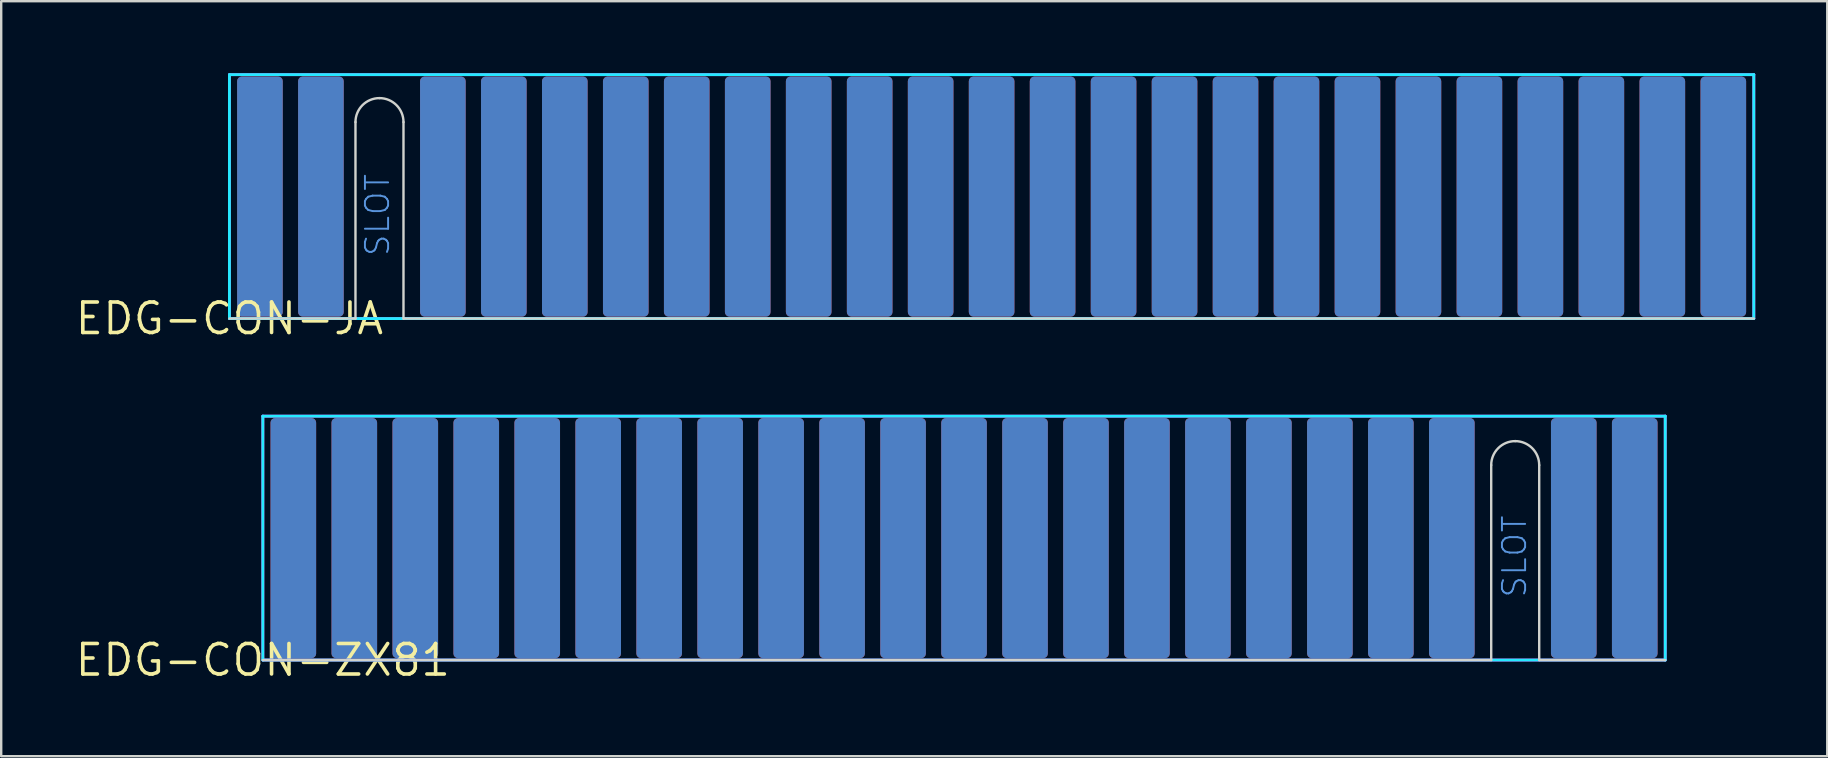
<source format=kicad_pcb>
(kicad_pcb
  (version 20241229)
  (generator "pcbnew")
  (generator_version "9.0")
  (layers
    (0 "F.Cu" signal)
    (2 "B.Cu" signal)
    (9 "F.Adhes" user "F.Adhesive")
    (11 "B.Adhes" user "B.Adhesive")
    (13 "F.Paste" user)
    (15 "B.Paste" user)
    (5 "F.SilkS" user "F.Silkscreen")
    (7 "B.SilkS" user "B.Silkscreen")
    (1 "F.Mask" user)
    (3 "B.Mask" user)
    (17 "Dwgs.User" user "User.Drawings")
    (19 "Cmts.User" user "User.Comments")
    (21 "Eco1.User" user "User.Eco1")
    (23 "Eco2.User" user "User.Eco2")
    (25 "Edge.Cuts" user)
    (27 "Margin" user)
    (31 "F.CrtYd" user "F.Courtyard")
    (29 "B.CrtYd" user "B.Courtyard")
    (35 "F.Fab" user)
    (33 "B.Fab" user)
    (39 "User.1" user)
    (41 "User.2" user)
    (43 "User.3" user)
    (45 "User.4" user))
  (footprint "EDG-CON-JA"
    (layer "F.Cu")
    (at 6.508 10.22)
    (property "Reference" "EDG-CON-JA" (at 0 0 0) (layer "F.SilkS") (effects (font (size 1.27 1.27) (thickness 0.15))))
    (attr through_hole)
    (fp_line (start 5.25 -8.183) (end 5.25 0) (stroke (width 0.1) (type solid)) (layer "Edge.Cuts"))
    (fp_line (start 5.25 0) (end 0 0) (stroke (width 0.1) (type solid)) (layer "Edge.Cuts"))
    (fp_line (start 7.25 0) (end 7.25 -8.183) (stroke (width 0.1) (type solid)) (layer "Edge.Cuts"))
    (fp_line (start 63.5 0) (end 7.25 0) (stroke (width 0.1) (type solid)) (layer "Edge.Cuts"))
    (fp_arc (start 5.25 -8.182893) (mid 5.542891 -8.890005) (end 6.25 -9.182893) (stroke (width 0.1) (type solid)) (layer "Edge.Cuts"))
    (fp_arc (start 6.25 -9.182893) (mid 6.957107 -8.890001) (end 7.25 -8.182893) (stroke (width 0.1) (type solid)) (layer "Edge.Cuts"))
    (fp_line (start 0 -10.16) (end 63.5 -10.16) (stroke (width 0.12) (type solid)) (layer "B.CrtYd"))
    (fp_line (start 0 0) (end 0 -10.16) (stroke (width 0.12) (type solid)) (layer "B.CrtYd"))
    (fp_line (start 63.5 -10.16) (end 63.5 0) (stroke (width 0.12) (type solid)) (layer "B.CrtYd"))
    (fp_line (start 63.5 0) (end 0 0) (stroke (width 0.12) (type solid)) (layer "B.CrtYd"))
    (fp_line (start 0 -10.16) (end 63.5 -10.16) (stroke (width 0.12) (type solid)) (layer "F.CrtYd"))
    (fp_line (start 0 -0.000001) (end 0 -10.16) (stroke (width 0.12) (type solid)) (layer "F.CrtYd"))
    (fp_line (start 63.5 -10.16) (end 63.5 0) (stroke (width 0.12) (type solid)) (layer "F.CrtYd"))
    (fp_line (start 63.5 0) (end 0 -0.000001) (stroke (width 0.12) (type solid)) (layer "F.CrtYd"))
    (fp_text user "SLOT" (at 6.731 -2.54 90) (unlocked yes) (layer "Cmts.User") (effects (font (size 0.965 0.965) (thickness 0.081)) (justify left bottom)))
    (pad "+5V" smd roundrect (at 54.61 -5.08) (size 1.9 10) (layers "F.Cu" "F.Mask" "F.Paste") (roundrect_rratio 0.1))
    (pad "+9V" smd roundrect (at 57.15 -5.08) (size 1.9 10) (layers "F.Cu" "F.Mask" "F.Paste") (roundrect_rratio 0.1))
    (pad "A0" smd roundrect (at 16.51 -5.08) (size 1.9 10) (layers "F.Cu" "F.Mask" "F.Paste") (roundrect_rratio 0.1))
    (pad "A1" smd roundrect (at 16.51 -5.08) (size 1.9 10) (layers "B.Cu" "B.Mask" "B.Paste") (roundrect_rratio 0.1))
    (pad "A2" smd roundrect (at 29.21 -5.08) (size 1.9 10) (layers "F.Cu" "F.Mask" "F.Paste") (roundrect_rratio 0.1))
    (pad "A3" smd roundrect (at 19.05 -5.08) (size 1.9 10) (layers "B.Cu" "B.Mask" "B.Paste") (roundrect_rratio 0.1))
    (pad "A4" smd roundrect (at 21.59 -5.08) (size 1.9 10) (layers "B.Cu" "B.Mask" "B.Paste") (roundrect_rratio 0.1))
    (pad "A5" smd roundrect (at 24.13 -5.08) (size 1.9 10) (layers "B.Cu" "B.Mask" "B.Paste") (roundrect_rratio 0.1))
    (pad "A6" smd roundrect (at 26.67 -5.08) (size 1.9 10) (layers "B.Cu" "B.Mask" "B.Paste") (roundrect_rratio 0.1))
    (pad "A7" smd roundrect (at 19.05 -5.08) (size 1.9 10) (layers "F.Cu" "F.Mask" "F.Paste") (roundrect_rratio 0.1))
    (pad "A8" smd roundrect (at 21.59 -5.08) (size 1.9 10) (layers "F.Cu" "F.Mask" "F.Paste") (roundrect_rratio 0.1))
    (pad "A9" smd roundrect (at 24.13 -5.08) (size 1.9 10) (layers "F.Cu" "F.Mask" "F.Paste") (roundrect_rratio 0.1))
    (pad "A10" smd roundrect (at 26.67 -5.08) (size 1.9 10) (layers "F.Cu" "F.Mask" "F.Paste") (roundrect_rratio 0.1))
    (pad "A11" smd roundrect (at 49.53 -5.08) (size 1.9 10) (layers "F.Cu" "F.Mask" "F.Paste") (roundrect_rratio 0.1))
    (pad "A12" smd roundrect (at 46.99 -5.08) (size 1.9 10) (layers "F.Cu" "F.Mask" "F.Paste") (roundrect_rratio 0.1))
    (pad "A13" smd roundrect (at 44.45 -5.08) (size 1.9 10) (layers "F.Cu" "F.Mask" "F.Paste") (roundrect_rratio 0.1))
    (pad "A14" smd roundrect (at 41.91 -5.08) (size 1.9 10) (layers "F.Cu" "F.Mask" "F.Paste") (roundrect_rratio 0.1))
    (pad "A15" smd roundrect (at 39.37 -5.08) (size 1.9 10) (layers "F.Cu" "F.Mask" "F.Paste") (roundrect_rratio 0.1))
    (pad "D0" smd roundrect (at 13.97 -5.08) (size 1.9 10) (layers "B.Cu" "B.Mask" "B.Paste") (roundrect_rratio 0.1))
    (pad "D1" smd roundrect (at 13.97 -5.08) (size 1.9 10) (layers "F.Cu" "F.Mask" "F.Paste") (roundrect_rratio 0.1))
    (pad "D2" smd roundrect (at 11.43 -5.08) (size 1.9 10) (layers "B.Cu" "B.Mask" "B.Paste") (roundrect_rratio 0.1))
    (pad "D3" smd roundrect (at 34.29 -5.08) (size 1.9 10) (layers "F.Cu" "F.Mask" "F.Paste") (roundrect_rratio 0.1))
    (pad "D4" smd roundrect (at 36.83 -5.08) (size 1.9 10) (layers "F.Cu" "F.Mask" "F.Paste") (roundrect_rratio 0.1))
    (pad "D5" smd roundrect (at 31.75 -5.08) (size 1.9 10) (layers "F.Cu" "F.Mask" "F.Paste") (roundrect_rratio 0.1))
    (pad "D6" smd roundrect (at 11.43 -5.08) (size 1.9 10) (layers "F.Cu" "F.Mask" "F.Paste") (roundrect_rratio 0.1))
    (pad "D7" smd roundrect (at 8.89 -5.08) (size 1.9 10) (layers "B.Cu" "B.Mask" "B.Paste") (roundrect_rratio 0.1))
    (pad "GND0" smd roundrect (at 62.23 -5.08) (size 1.9 10) (layers "F.Cu" "F.Mask" "F.Paste") (roundrect_rratio 0.1))
    (pad "GND1" smd roundrect (at 62.23 -5.08) (size 1.9 10) (layers "B.Cu" "B.Mask" "B.Paste") (roundrect_rratio 0.1))
    (pad "GND2" smd roundrect (at 59.69 -5.08) (size 1.9 10) (layers "F.Cu" "F.Mask" "F.Paste") (roundrect_rratio 0.1))
    (pad "N.C.1" smd roundrect (at 1.27 -5.08) (size 1.9 10) (layers "F.Cu" "F.Mask" "F.Paste") (roundrect_rratio 0.1))
    (pad "N.C.2" smd roundrect (at 3.81 -5.08) (size 1.9 10) (layers "F.Cu" "F.Mask" "F.Paste") (roundrect_rratio 0.1))
    (pad "N.C.3" smd roundrect (at 1.27 -5.08) (size 1.9 10) (layers "B.Cu" "B.Mask" "B.Paste") (roundrect_rratio 0.1))
    (pad "N.C.4" smd roundrect (at 3.81 -5.08) (size 1.9 10) (layers "B.Cu" "B.Mask" "B.Paste") (roundrect_rratio 0.1))
    (pad "~{BUSACK}" smd roundrect (at 41.91 -5.08) (size 1.9 10) (layers "B.Cu" "B.Mask" "B.Paste") (roundrect_rratio 0.1))
    (pad "~{BUSREQ}" smd roundrect (at 36.83 -5.08) (size 1.9 10) (layers "B.Cu" "B.Mask" "B.Paste") (roundrect_rratio 0.1))
    (pad "~{CLK}" smd roundrect (at 52.07 -5.08) (size 1.9 10) (layers "F.Cu" "F.Mask" "F.Paste") (roundrect_rratio 0.1))
    (pad "~{HALT}" smd roundrect (at 54.61 -5.08) (size 1.9 10) (layers "B.Cu" "B.Mask" "B.Paste") (roundrect_rratio 0.1))
    (pad "~{INT}" smd roundrect (at 59.69 -5.08) (size 1.9 10) (layers "B.Cu" "B.Mask" "B.Paste") (roundrect_rratio 0.1))
    (pad "~{IOREQ}" smd roundrect (at 49.53 -5.08) (size 1.9 10) (layers "B.Cu" "B.Mask" "B.Paste") (roundrect_rratio 0.1))
    (pad "~{M1}" smd roundrect (at 31.75 -5.08) (size 1.9 10) (layers "B.Cu" "B.Mask" "B.Paste") (roundrect_rratio 0.1))
    (pad "~{MREQ}" smd roundrect (at 52.07 -5.08) (size 1.9 10) (layers "B.Cu" "B.Mask" "B.Paste") (roundrect_rratio 0.1))
    (pad "~{NMI}" smd roundrect (at 57.15 -5.08) (size 1.9 10) (layers "B.Cu" "B.Mask" "B.Paste") (roundrect_rratio 0.1))
    (pad "~{RD}" smd roundrect (at 46.99 -5.08) (size 1.9 10) (layers "B.Cu" "B.Mask" "B.Paste") (roundrect_rratio 0.1))
    (pad "~{RESET}" smd roundrect (at 34.29 -5.08) (size 1.9 10) (layers "B.Cu" "B.Mask" "B.Paste") (roundrect_rratio 0.1))
    (pad "~{RFSH}" smd roundrect (at 29.21 -5.08) (size 1.9 10) (layers "B.Cu" "B.Mask" "B.Paste") (roundrect_rratio 0.1))
    (pad "~{WAIT}" smd roundrect (at 39.37 -5.08) (size 1.9 10) (layers "B.Cu" "B.Mask" "B.Paste") (roundrect_rratio 0.1))
    (pad "~{WE}" smd roundrect (at 8.89 -5.08) (size 1.9 10) (layers "F.Cu" "F.Mask" "F.Paste") (roundrect_rratio 0.1))
    (pad "~{WR}" smd roundrect (at 44.45 -5.08) (size 1.9 10) (layers "B.Cu" "B.Mask" "B.Paste") (roundrect_rratio 0.1)))
  (footprint "EDG-CON-ZX81"
    (layer "F.Cu")
    (at 7.899 24.446)
    (property "Reference" "EDG-CON-ZX81" (at 0 0 0) (layer "F.SilkS") (effects (font (size 1.27 1.27) (thickness 0.15))))
    (attr through_hole)
    (fp_line (start 0 0) (end 51.17 0) (stroke (width 0.1) (type solid)) (layer "Edge.Cuts"))
    (fp_line (start 51.17 0) (end 51.17 -8.12) (stroke (width 0.1) (type solid)) (layer "Edge.Cuts"))
    (fp_line (start 53.17 -8.12) (end 53.17 0) (stroke (width 0.1) (type solid)) (layer "Edge.Cuts"))
    (fp_line (start 53.17 0) (end 58.42 0) (stroke (width 0.1) (type solid)) (layer "Edge.Cuts"))
    (fp_arc (start 51.17 -8.12) (mid 51.462893 -8.827107) (end 52.17 -9.12) (stroke (width 0.1) (type solid)) (layer "Edge.Cuts"))
    (fp_arc (start 52.17 -9.12) (mid 52.877107 -8.827107) (end 53.17 -8.12) (stroke (width 0.1) (type solid)) (layer "Edge.Cuts"))
    (fp_line (start 0 -10.16) (end 58.42 -10.16) (stroke (width 0.12) (type solid)) (layer "B.CrtYd"))
    (fp_line (start 0 0) (end 0 -10.16) (stroke (width 0.12) (type solid)) (layer "B.CrtYd"))
    (fp_line (start 58.42 -10.16) (end 58.42 0) (stroke (width 0.12) (type solid)) (layer "B.CrtYd"))
    (fp_line (start 58.42 0) (end 0 0) (stroke (width 0.12) (type solid)) (layer "B.CrtYd"))
    (fp_line (start 0 -10.16) (end 58.42 -10.16) (stroke (width 0.12) (type solid)) (layer "F.CrtYd"))
    (fp_line (start 0 0) (end 0 -10.16) (stroke (width 0.12) (type solid)) (layer "F.CrtYd"))
    (fp_line (start 58.42 -10.16) (end 58.42 0) (stroke (width 0.12) (type solid)) (layer "F.CrtYd"))
    (fp_line (start 58.42 0) (end 0 0) (stroke (width 0.12) (type solid)) (layer "F.CrtYd"))
    (fp_text user "SLOT" (at 52.705 -2.54 90) (unlocked yes) (layer "Cmts.User") (effects (font (size 0.965 0.965) (thickness 0.081)) (justify left bottom)))
    (pad "+5V" smd roundrect (at 57.15 -5.08) (size 1.9 10) (layers "B.Cu" "B.Mask" "B.Paste") (roundrect_rratio 0.1))
    (pad "+9V" smd roundrect (at 54.61 -5.08) (size 1.9 10) (layers "B.Cu" "B.Mask" "B.Paste") (roundrect_rratio 0.1))
    (pad "A0" smd roundrect (at 41.91 -5.08) (size 1.9 10) (layers "B.Cu" "B.Mask" "B.Paste") (roundrect_rratio 0.1))
    (pad "A1" smd roundrect (at 39.37 -5.08) (size 1.9 10) (layers "B.Cu" "B.Mask" "B.Paste") (roundrect_rratio 0.1))
    (pad "A2" smd roundrect (at 36.83 -5.08) (size 1.9 10) (layers "B.Cu" "B.Mask" "B.Paste") (roundrect_rratio 0.1))
    (pad "A3" smd roundrect (at 34.29 -5.08) (size 1.9 10) (layers "B.Cu" "B.Mask" "B.Paste") (roundrect_rratio 0.1))
    (pad "A4" smd roundrect (at 3.81 -5.08) (size 1.9 10) (layers "B.Cu" "B.Mask" "B.Paste") (roundrect_rratio 0.1))
    (pad "A5" smd roundrect (at 6.35 -5.08) (size 1.9 10) (layers "B.Cu" "B.Mask" "B.Paste") (roundrect_rratio 0.1))
    (pad "A6" smd roundrect (at 8.89 -5.08) (size 1.9 10) (layers "B.Cu" "B.Mask" "B.Paste") (roundrect_rratio 0.1))
    (pad "A7" smd roundrect (at 11.43 -5.08) (size 1.9 10) (layers "B.Cu" "B.Mask" "B.Paste") (roundrect_rratio 0.1))
    (pad "A8" smd roundrect (at 13.97 -5.08) (size 1.9 10) (layers "B.Cu" "B.Mask" "B.Paste") (roundrect_rratio 0.1))
    (pad "A9" smd roundrect (at 16.51 -5.08) (size 1.9 10) (layers "B.Cu" "B.Mask" "B.Paste") (roundrect_rratio 0.1))
    (pad "A10" smd roundrect (at 19.05 -5.08) (size 1.9 10) (layers "B.Cu" "B.Mask" "B.Paste") (roundrect_rratio 0.1))
    (pad "A11" smd roundrect (at 21.59 -5.08) (size 1.9 10) (layers "B.Cu" "B.Mask" "B.Paste") (roundrect_rratio 0.1))
    (pad "A12" smd roundrect (at 24.13 -5.08) (size 1.9 10) (layers "B.Cu" "B.Mask" "B.Paste") (roundrect_rratio 0.1))
    (pad "A13" smd roundrect (at 26.67 -5.08) (size 1.9 10) (layers "B.Cu" "B.Mask" "B.Paste") (roundrect_rratio 0.1))
    (pad "A14" smd roundrect (at 29.21 -5.08) (size 1.9 10) (layers "B.Cu" "B.Mask" "B.Paste") (roundrect_rratio 0.1))
    (pad "A15" smd roundrect (at 31.75 -5.08) (size 1.9 10) (layers "B.Cu" "B.Mask" "B.Paste") (roundrect_rratio 0.1))
    (pad "D0" smd roundrect (at 49.53 -5.08) (size 1.9 10) (layers "F.Cu" "F.Mask" "F.Paste") (roundrect_rratio 0.1))
    (pad "D1" smd roundrect (at 46.99 -5.08) (size 1.9 10) (layers "F.Cu" "F.Mask" "F.Paste") (roundrect_rratio 0.1))
    (pad "D2" smd roundrect (at 44.45 -5.08) (size 1.9 10) (layers "F.Cu" "F.Mask" "F.Paste") (roundrect_rratio 0.1))
    (pad "D3" smd roundrect (at 36.83 -5.08) (size 1.9 10) (layers "F.Cu" "F.Mask" "F.Paste") (roundrect_rratio 0.1))
    (pad "D4" smd roundrect (at 34.29 -5.08) (size 1.9 10) (layers "F.Cu" "F.Mask" "F.Paste") (roundrect_rratio 0.1))
    (pad "D5" smd roundrect (at 39.37 -5.08) (size 1.9 10) (layers "F.Cu" "F.Mask" "F.Paste") (roundrect_rratio 0.1))
    (pad "D6" smd roundrect (at 41.91 -5.08) (size 1.9 10) (layers "F.Cu" "F.Mask" "F.Paste") (roundrect_rratio 0.1))
    (pad "D7" smd roundrect (at 57.15 -5.08) (size 1.9 10) (layers "F.Cu" "F.Mask" "F.Paste") (roundrect_rratio 0.1))
    (pad "GND0" smd roundrect (at 49.53 -5.08) (size 1.9 10) (layers "B.Cu" "B.Mask" "B.Paste") (roundrect_rratio 0.1))
    (pad "GND1" smd roundrect (at 46.99 -5.08) (size 1.9 10) (layers "B.Cu" "B.Mask" "B.Paste") (roundrect_rratio 0.1))
    (pad "RAM_C.S." smd roundrect (at 54.61 -5.08) (size 1.9 10) (layers "F.Cu" "F.Mask" "F.Paste") (roundrect_rratio 0.1))
    (pad "~{BUSAC}" smd roundrect (at 13.97 -5.08) (size 1.9 10) (layers "F.Cu" "F.Mask" "F.Paste") (roundrect_rratio 0.1))
    (pad "~{BUSRQ}" smd roundrect (at 8.89 -5.08) (size 1.9 10) (layers "F.Cu" "F.Mask" "F.Paste") (roundrect_rratio 0.1))
    (pad "~{HALT}" smd roundrect (at 26.67 -5.08) (size 1.9 10) (layers "F.Cu" "F.Mask" "F.Paste") (roundrect_rratio 0.1))
    (pad "~{INT}" smd roundrect (at 31.75 -5.08) (size 1.9 10) (layers "F.Cu" "F.Mask" "F.Paste") (roundrect_rratio 0.1))
    (pad "~{IORQ}" smd roundrect (at 21.59 -5.08) (size 1.9 10) (layers "F.Cu" "F.Mask" "F.Paste") (roundrect_rratio 0.1))
    (pad "~{M1}" smd roundrect (at 3.81 -5.08) (size 1.9 10) (layers "F.Cu" "F.Mask" "F.Paste") (roundrect_rratio 0.1))
    (pad "~{MREQ}" smd roundrect (at 24.13 -5.08) (size 1.9 10) (layers "F.Cu" "F.Mask" "F.Paste") (roundrect_rratio 0.1))
    (pad "~{NMI}" smd roundrect (at 29.21 -5.08) (size 1.9 10) (layers "F.Cu" "F.Mask" "F.Paste") (roundrect_rratio 0.1))
    (pad "~{PHI}" smd roundrect (at 44.45 -5.08) (size 1.9 10) (layers "B.Cu" "B.Mask" "B.Paste") (roundrect_rratio 0.1))
    (pad "~{RD}" smd roundrect (at 19.05 -5.08) (size 1.9 10) (layers "F.Cu" "F.Mask" "F.Paste") (roundrect_rratio 0.1))
    (pad "~{RESET}" smd roundrect (at 6.35 -5.08) (size 1.9 10) (layers "F.Cu" "F.Mask" "F.Paste") (roundrect_rratio 0.1))
    (pad "~{RFSH}" smd roundrect (at 1.27 -5.08) (size 1.9 10) (layers "F.Cu" "F.Mask" "F.Paste") (roundrect_rratio 0.1))
    (pad "~{ROM_C.S.}" smd roundrect (at 1.27 -5.08) (size 1.9 10) (layers "B.Cu" "B.Mask" "B.Paste") (roundrect_rratio 0.1))
    (pad "~{WAIT}" smd roundrect (at 11.43 -5.08) (size 1.9 10) (layers "F.Cu" "F.Mask" "F.Paste") (roundrect_rratio 0.1))
    (pad "~{WR}" smd roundrect (at 16.51 -5.08) (size 1.9 10) (layers "F.Cu" "F.Mask" "F.Paste") (roundrect_rratio 0.1)))
  (gr_rect
    (start -3 -3)
    (end 73.068 28.452)
    (stroke (width 0.1) (type default))
    (fill no)
    (layer "Edge.Cuts")))
</source>
